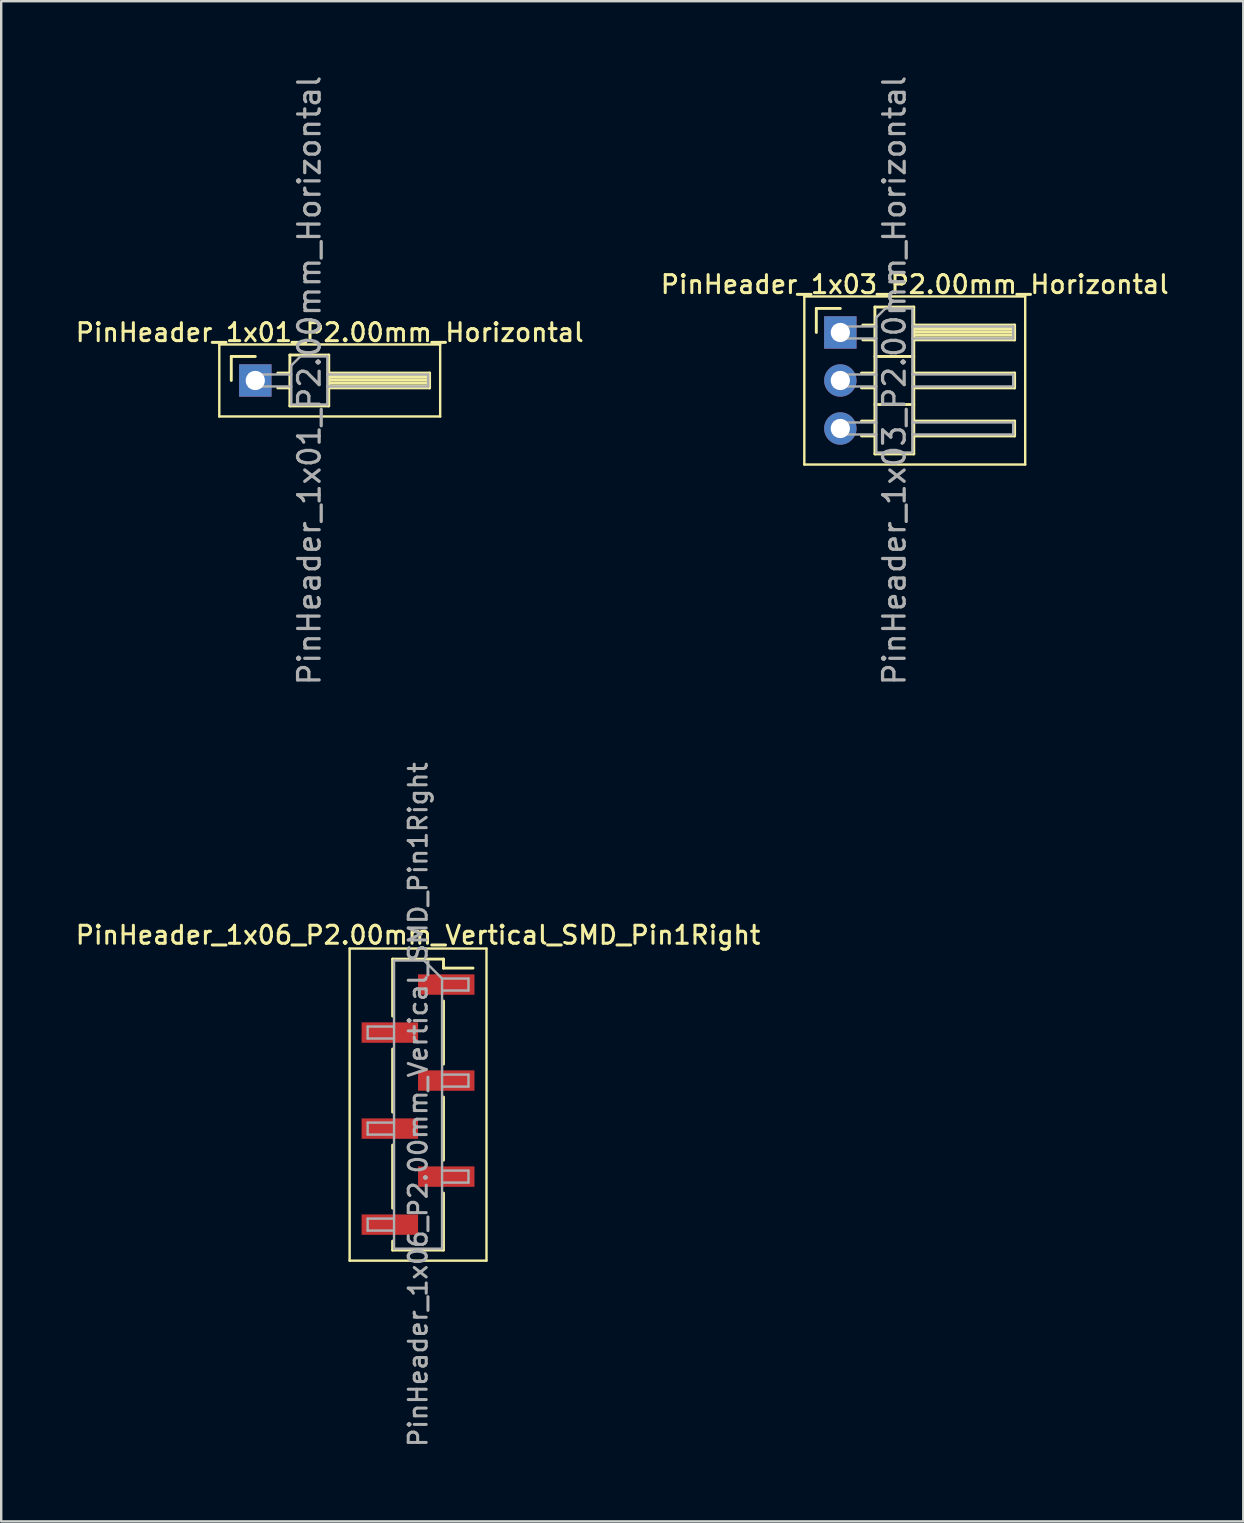
<source format=kicad_pcb>
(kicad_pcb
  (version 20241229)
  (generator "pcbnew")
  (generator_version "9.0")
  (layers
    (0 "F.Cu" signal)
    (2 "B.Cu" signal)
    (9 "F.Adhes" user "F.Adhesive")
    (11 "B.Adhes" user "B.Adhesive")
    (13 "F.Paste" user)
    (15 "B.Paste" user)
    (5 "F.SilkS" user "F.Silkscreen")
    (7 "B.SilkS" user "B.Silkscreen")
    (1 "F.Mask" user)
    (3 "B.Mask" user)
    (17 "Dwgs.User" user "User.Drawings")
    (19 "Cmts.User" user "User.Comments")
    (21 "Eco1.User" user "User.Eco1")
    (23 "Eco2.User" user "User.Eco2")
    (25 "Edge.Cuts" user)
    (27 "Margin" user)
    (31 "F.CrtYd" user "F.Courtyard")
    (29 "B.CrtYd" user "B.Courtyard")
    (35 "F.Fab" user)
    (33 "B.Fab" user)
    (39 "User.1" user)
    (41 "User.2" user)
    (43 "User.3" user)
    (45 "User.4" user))
  (footprint "PinHeader_1x01_P2.00mm_Horizontal"
    (layer "F.Cu")
    (at 7.584 12.798)
    (property "Reference" "PinHeader_1x01_P2.00mm_Horizontal" (at 3.1 -2 0) (layer "F.SilkS") (effects (font (size 0.75 0.75) (thickness 0.125))))
    (attr through_hole)
    (fp_line (start -1.5 -1.5) (end -1.5 1.5) (stroke (width 0.1) (type solid)) (layer "F.SilkS"))
    (fp_line (start -1.5 1.5) (end 7.7 1.5) (stroke (width 0.1) (type solid)) (layer "F.SilkS"))
    (fp_line (start -1 -1) (end 0 -1) (stroke (width 0.12) (type solid)) (layer "F.SilkS"))
    (fp_line (start -1 0) (end -1 -1) (stroke (width 0.12) (type solid)) (layer "F.SilkS"))
    (fp_line (start 0.935 -0.31) (end 1.44 -0.31) (stroke (width 0.12) (type solid)) (layer "F.SilkS"))
    (fp_line (start 0.935 0.31) (end 1.44 0.31) (stroke (width 0.12) (type solid)) (layer "F.SilkS"))
    (fp_line (start 1.44 -1.06) (end 1.44 1.06) (stroke (width 0.12) (type solid)) (layer "F.SilkS"))
    (fp_line (start 1.44 1.06) (end 3.06 1.06) (stroke (width 0.12) (type solid)) (layer "F.SilkS"))
    (fp_line (start 3.06 -1.06) (end 1.44 -1.06) (stroke (width 0.12) (type solid)) (layer "F.SilkS"))
    (fp_line (start 3.06 -0.31) (end 7.26 -0.31) (stroke (width 0.12) (type solid)) (layer "F.SilkS"))
    (fp_line (start 3.06 -0.25) (end 7.26 -0.25) (stroke (width 0.12) (type solid)) (layer "F.SilkS"))
    (fp_line (start 3.06 -0.13) (end 7.26 -0.13) (stroke (width 0.12) (type solid)) (layer "F.SilkS"))
    (fp_line (start 3.06 -0.01) (end 7.26 -0.01) (stroke (width 0.12) (type solid)) (layer "F.SilkS"))
    (fp_line (start 3.06 0.11) (end 7.26 0.11) (stroke (width 0.12) (type solid)) (layer "F.SilkS"))
    (fp_line (start 3.06 0.23) (end 7.26 0.23) (stroke (width 0.12) (type solid)) (layer "F.SilkS"))
    (fp_line (start 3.06 1.06) (end 3.06 -1.06) (stroke (width 0.12) (type solid)) (layer "F.SilkS"))
    (fp_line (start 7.26 -0.31) (end 7.26 0.31) (stroke (width 0.12) (type solid)) (layer "F.SilkS"))
    (fp_line (start 7.26 0.31) (end 3.06 0.31) (stroke (width 0.12) (type solid)) (layer "F.SilkS"))
    (fp_line (start 7.7 -1.5) (end -1.5 -1.5) (stroke (width 0.1) (type solid)) (layer "F.SilkS"))
    (fp_line (start 7.7 1.5) (end 7.7 -1.5) (stroke (width 0.1) (type solid)) (layer "F.SilkS"))
    (fp_line (start -0.25 -0.25) (end -0.25 0.25) (stroke (width 0.1) (type solid)) (layer "F.Fab"))
    (fp_line (start -0.25 -0.25) (end 1.5 -0.25) (stroke (width 0.1) (type solid)) (layer "F.Fab"))
    (fp_line (start -0.25 0.25) (end 1.5 0.25) (stroke (width 0.1) (type solid)) (layer "F.Fab"))
    (fp_line (start 1.5 -0.625) (end 1.875 -1) (stroke (width 0.1) (type solid)) (layer "F.Fab"))
    (fp_line (start 1.5 1) (end 1.5 -0.625) (stroke (width 0.1) (type solid)) (layer "F.Fab"))
    (fp_line (start 1.875 -1) (end 3 -1) (stroke (width 0.1) (type solid)) (layer "F.Fab"))
    (fp_line (start 3 -1) (end 3 1) (stroke (width 0.1) (type solid)) (layer "F.Fab"))
    (fp_line (start 3 -0.25) (end 7.2 -0.25) (stroke (width 0.1) (type solid)) (layer "F.Fab"))
    (fp_line (start 3 0.25) (end 7.2 0.25) (stroke (width 0.1) (type solid)) (layer "F.Fab"))
    (fp_line (start 3 1) (end 1.5 1) (stroke (width 0.1) (type solid)) (layer "F.Fab"))
    (fp_line (start 7.2 -0.25) (end 7.2 0.25) (stroke (width 0.1) (type solid)) (layer "F.Fab"))
    (fp_text user "${REFERENCE}" (at 2.25 0 90) (layer "F.Fab") (effects (font (size 0.9 0.9) (thickness 0.135))))
    (pad "1" thru_hole rect (at 0 0) (size 1.35 1.35) (drill 0.8) (layers "*.Cu" "*.Mask")))
  (footprint "PinHeader_1x06_P2.00mm_Vertical_SMD_Pin1Right"
    (layer "F.Cu")
    (at 14.363 42.959)
    (property "Reference" "PinHeader_1x06_P2.00mm_Vertical_SMD_Pin1Right" (at 0 -7.06 0) (layer "F.SilkS") (effects (font (size 0.75 0.75) (thickness 0.125))))
    (attr smd)
    (fp_line (start -2.85 -6.5) (end -2.85 6.5) (stroke (width 0.1) (type solid)) (layer "F.SilkS"))
    (fp_line (start -2.85 6.5) (end 2.85 6.5) (stroke (width 0.1) (type solid)) (layer "F.SilkS"))
    (fp_line (start -1.06 -6.06) (end -1.06 -3.685) (stroke (width 0.12) (type solid)) (layer "F.SilkS"))
    (fp_line (start -1.06 -6.06) (end 1.06 -6.06) (stroke (width 0.12) (type solid)) (layer "F.SilkS"))
    (fp_line (start -1.06 -2.315) (end -1.06 0.315) (stroke (width 0.12) (type solid)) (layer "F.SilkS"))
    (fp_line (start -1.06 1.685) (end -1.06 4.315) (stroke (width 0.12) (type solid)) (layer "F.SilkS"))
    (fp_line (start -1.06 5.685) (end -1.06 6.06) (stroke (width 0.12) (type solid)) (layer "F.SilkS"))
    (fp_line (start -1.06 6.06) (end 1.06 6.06) (stroke (width 0.12) (type solid)) (layer "F.SilkS"))
    (fp_line (start 1.06 -6.06) (end 1.06 -5.685) (stroke (width 0.12) (type solid)) (layer "F.SilkS"))
    (fp_line (start 1.06 -5.685) (end 2.29 -5.685) (stroke (width 0.12) (type solid)) (layer "F.SilkS"))
    (fp_line (start 1.06 -4.315) (end 1.06 -1.685) (stroke (width 0.12) (type solid)) (layer "F.SilkS"))
    (fp_line (start 1.06 -0.315) (end 1.06 2.315) (stroke (width 0.12) (type solid)) (layer "F.SilkS"))
    (fp_line (start 1.06 3.685) (end 1.06 6.06) (stroke (width 0.12) (type solid)) (layer "F.SilkS"))
    (fp_line (start 2.85 -6.5) (end -2.85 -6.5) (stroke (width 0.1) (type solid)) (layer "F.SilkS"))
    (fp_line (start 2.85 6.5) (end 2.85 -6.5) (stroke (width 0.1) (type solid)) (layer "F.SilkS"))
    (fp_line (start -2.1 -3.25) (end -2.1 -2.75) (stroke (width 0.1) (type solid)) (layer "F.Fab"))
    (fp_line (start -2.1 -2.75) (end -1 -2.75) (stroke (width 0.1) (type solid)) (layer "F.Fab"))
    (fp_line (start -2.1 0.75) (end -2.1 1.25) (stroke (width 0.1) (type solid)) (layer "F.Fab"))
    (fp_line (start -2.1 1.25) (end -1 1.25) (stroke (width 0.1) (type solid)) (layer "F.Fab"))
    (fp_line (start -2.1 4.75) (end -2.1 5.25) (stroke (width 0.1) (type solid)) (layer "F.Fab"))
    (fp_line (start -2.1 5.25) (end -1 5.25) (stroke (width 0.1) (type solid)) (layer "F.Fab"))
    (fp_line (start -1 -6) (end -1 6) (stroke (width 0.1) (type solid)) (layer "F.Fab"))
    (fp_line (start -1 -6) (end 0.25 -6) (stroke (width 0.1) (type solid)) (layer "F.Fab"))
    (fp_line (start -1 -3.25) (end -2.1 -3.25) (stroke (width 0.1) (type solid)) (layer "F.Fab"))
    (fp_line (start -1 0.75) (end -2.1 0.75) (stroke (width 0.1) (type solid)) (layer "F.Fab"))
    (fp_line (start -1 4.75) (end -2.1 4.75) (stroke (width 0.1) (type solid)) (layer "F.Fab"))
    (fp_line (start 1 -5.25) (end 0.25 -6) (stroke (width 0.1) (type solid)) (layer "F.Fab"))
    (fp_line (start 1 -5.25) (end 2.1 -5.25) (stroke (width 0.1) (type solid)) (layer "F.Fab"))
    (fp_line (start 1 -1.25) (end 2.1 -1.25) (stroke (width 0.1) (type solid)) (layer "F.Fab"))
    (fp_line (start 1 2.75) (end 2.1 2.75) (stroke (width 0.1) (type solid)) (layer "F.Fab"))
    (fp_line (start 1 6) (end -1 6) (stroke (width 0.1) (type solid)) (layer "F.Fab"))
    (fp_line (start 1 6) (end 1 -5.25) (stroke (width 0.1) (type solid)) (layer "F.Fab"))
    (fp_line (start 2.1 -5.25) (end 2.1 -4.75) (stroke (width 0.1) (type solid)) (layer "F.Fab"))
    (fp_line (start 2.1 -4.75) (end 1 -4.75) (stroke (width 0.1) (type solid)) (layer "F.Fab"))
    (fp_line (start 2.1 -1.25) (end 2.1 -0.75) (stroke (width 0.1) (type solid)) (layer "F.Fab"))
    (fp_line (start 2.1 -0.75) (end 1 -0.75) (stroke (width 0.1) (type solid)) (layer "F.Fab"))
    (fp_line (start 2.1 2.75) (end 2.1 3.25) (stroke (width 0.1) (type solid)) (layer "F.Fab"))
    (fp_line (start 2.1 3.25) (end 1 3.25) (stroke (width 0.1) (type solid)) (layer "F.Fab"))
    (fp_text user "${REFERENCE}" (at 0 0 90) (layer "F.Fab") (effects (font (size 0.75 0.75) (thickness 0.125))))
    (pad "1" smd rect (at 1.175 -5) (size 2.35 0.85) (layers "F.Cu" "F.Mask" "F.Paste"))
    (pad "2" smd rect (at -1.175 -3) (size 2.35 0.85) (layers "F.Cu" "F.Mask" "F.Paste"))
    (pad "3" smd rect (at 1.175 -1) (size 2.35 0.85) (layers "F.Cu" "F.Mask" "F.Paste"))
    (pad "4" smd rect (at -1.175 1) (size 2.35 0.85) (layers "F.Cu" "F.Mask" "F.Paste"))
    (pad "5" smd rect (at 1.175 3) (size 2.35 0.85) (layers "F.Cu" "F.Mask" "F.Paste"))
    (pad "6" smd rect (at -1.175 5) (size 2.35 0.85) (layers "F.Cu" "F.Mask" "F.Paste")))
  (footprint "PinHeader_1x03_P2.00mm_Horizontal"
    (layer "F.Cu")
    (at 31.952 10.798)
    (property "Reference" "PinHeader_1x03_P2.00mm_Horizontal" (at 3.1 -2 0) (layer "F.SilkS") (effects (font (size 0.75 0.75) (thickness 0.125))))
    (attr through_hole)
    (fp_line (start -1.5 -1.5) (end -1.5 5.5) (stroke (width 0.1) (type solid)) (layer "F.SilkS"))
    (fp_line (start -1.5 5.5) (end 7.7 5.5) (stroke (width 0.1) (type solid)) (layer "F.SilkS"))
    (fp_line (start -1 -1) (end 0 -1) (stroke (width 0.12) (type solid)) (layer "F.SilkS"))
    (fp_line (start -1 0) (end -1 -1) (stroke (width 0.12) (type solid)) (layer "F.SilkS"))
    (fp_line (start 0.882 1.69) (end 1.44 1.69) (stroke (width 0.12) (type solid)) (layer "F.SilkS"))
    (fp_line (start 0.882 2.31) (end 1.44 2.31) (stroke (width 0.12) (type solid)) (layer "F.SilkS"))
    (fp_line (start 0.882 3.69) (end 1.44 3.69) (stroke (width 0.12) (type solid)) (layer "F.SilkS"))
    (fp_line (start 0.882 4.31) (end 1.44 4.31) (stroke (width 0.12) (type solid)) (layer "F.SilkS"))
    (fp_line (start 0.935 -0.31) (end 1.44 -0.31) (stroke (width 0.12) (type solid)) (layer "F.SilkS"))
    (fp_line (start 0.935 0.31) (end 1.44 0.31) (stroke (width 0.12) (type solid)) (layer "F.SilkS"))
    (fp_line (start 1.44 -1.06) (end 1.44 5.06) (stroke (width 0.12) (type solid)) (layer "F.SilkS"))
    (fp_line (start 1.44 1) (end 3.06 1) (stroke (width 0.12) (type solid)) (layer "F.SilkS"))
    (fp_line (start 1.44 3) (end 3.06 3) (stroke (width 0.12) (type solid)) (layer "F.SilkS"))
    (fp_line (start 1.44 5.06) (end 3.06 5.06) (stroke (width 0.12) (type solid)) (layer "F.SilkS"))
    (fp_line (start 3.06 -1.06) (end 1.44 -1.06) (stroke (width 0.12) (type solid)) (layer "F.SilkS"))
    (fp_line (start 3.06 -0.31) (end 7.26 -0.31) (stroke (width 0.12) (type solid)) (layer "F.SilkS"))
    (fp_line (start 3.06 -0.25) (end 7.26 -0.25) (stroke (width 0.12) (type solid)) (layer "F.SilkS"))
    (fp_line (start 3.06 -0.13) (end 7.26 -0.13) (stroke (width 0.12) (type solid)) (layer "F.SilkS"))
    (fp_line (start 3.06 -0.01) (end 7.26 -0.01) (stroke (width 0.12) (type solid)) (layer "F.SilkS"))
    (fp_line (start 3.06 0.11) (end 7.26 0.11) (stroke (width 0.12) (type solid)) (layer "F.SilkS"))
    (fp_line (start 3.06 0.23) (end 7.26 0.23) (stroke (width 0.12) (type solid)) (layer "F.SilkS"))
    (fp_line (start 3.06 1.69) (end 7.26 1.69) (stroke (width 0.12) (type solid)) (layer "F.SilkS"))
    (fp_line (start 3.06 3.69) (end 7.26 3.69) (stroke (width 0.12) (type solid)) (layer "F.SilkS"))
    (fp_line (start 3.06 5.06) (end 3.06 -1.06) (stroke (width 0.12) (type solid)) (layer "F.SilkS"))
    (fp_line (start 7.26 -0.31) (end 7.26 0.31) (stroke (width 0.12) (type solid)) (layer "F.SilkS"))
    (fp_line (start 7.26 0.31) (end 3.06 0.31) (stroke (width 0.12) (type solid)) (layer "F.SilkS"))
    (fp_line (start 7.26 1.69) (end 7.26 2.31) (stroke (width 0.12) (type solid)) (layer "F.SilkS"))
    (fp_line (start 7.26 2.31) (end 3.06 2.31) (stroke (width 0.12) (type solid)) (layer "F.SilkS"))
    (fp_line (start 7.26 3.69) (end 7.26 4.31) (stroke (width 0.12) (type solid)) (layer "F.SilkS"))
    (fp_line (start 7.26 4.31) (end 3.06 4.31) (stroke (width 0.12) (type solid)) (layer "F.SilkS"))
    (fp_line (start 7.7 -1.5) (end -1.5 -1.5) (stroke (width 0.1) (type solid)) (layer "F.SilkS"))
    (fp_line (start 7.7 5.5) (end 7.7 -1.5) (stroke (width 0.1) (type solid)) (layer "F.SilkS"))
    (fp_line (start -0.25 -0.25) (end -0.25 0.25) (stroke (width 0.1) (type solid)) (layer "F.Fab"))
    (fp_line (start -0.25 -0.25) (end 1.5 -0.25) (stroke (width 0.1) (type solid)) (layer "F.Fab"))
    (fp_line (start -0.25 0.25) (end 1.5 0.25) (stroke (width 0.1) (type solid)) (layer "F.Fab"))
    (fp_line (start -0.25 1.75) (end -0.25 2.25) (stroke (width 0.1) (type solid)) (layer "F.Fab"))
    (fp_line (start -0.25 1.75) (end 1.5 1.75) (stroke (width 0.1) (type solid)) (layer "F.Fab"))
    (fp_line (start -0.25 2.25) (end 1.5 2.25) (stroke (width 0.1) (type solid)) (layer "F.Fab"))
    (fp_line (start -0.25 3.75) (end -0.25 4.25) (stroke (width 0.1) (type solid)) (layer "F.Fab"))
    (fp_line (start -0.25 3.75) (end 1.5 3.75) (stroke (width 0.1) (type solid)) (layer "F.Fab"))
    (fp_line (start -0.25 4.25) (end 1.5 4.25) (stroke (width 0.1) (type solid)) (layer "F.Fab"))
    (fp_line (start 1.5 -0.625) (end 1.875 -1) (stroke (width 0.1) (type solid)) (layer "F.Fab"))
    (fp_line (start 1.5 5) (end 1.5 -0.625) (stroke (width 0.1) (type solid)) (layer "F.Fab"))
    (fp_line (start 1.875 -1) (end 3 -1) (stroke (width 0.1) (type solid)) (layer "F.Fab"))
    (fp_line (start 3 -1) (end 3 5) (stroke (width 0.1) (type solid)) (layer "F.Fab"))
    (fp_line (start 3 -0.25) (end 7.2 -0.25) (stroke (width 0.1) (type solid)) (layer "F.Fab"))
    (fp_line (start 3 0.25) (end 7.2 0.25) (stroke (width 0.1) (type solid)) (layer "F.Fab"))
    (fp_line (start 3 1.75) (end 7.2 1.75) (stroke (width 0.1) (type solid)) (layer "F.Fab"))
    (fp_line (start 3 2.25) (end 7.2 2.25) (stroke (width 0.1) (type solid)) (layer "F.Fab"))
    (fp_line (start 3 3.75) (end 7.2 3.75) (stroke (width 0.1) (type solid)) (layer "F.Fab"))
    (fp_line (start 3 4.25) (end 7.2 4.25) (stroke (width 0.1) (type solid)) (layer "F.Fab"))
    (fp_line (start 3 5) (end 1.5 5) (stroke (width 0.1) (type solid)) (layer "F.Fab"))
    (fp_line (start 7.2 -0.25) (end 7.2 0.25) (stroke (width 0.1) (type solid)) (layer "F.Fab"))
    (fp_line (start 7.2 1.75) (end 7.2 2.25) (stroke (width 0.1) (type solid)) (layer "F.Fab"))
    (fp_line (start 7.2 3.75) (end 7.2 4.25) (stroke (width 0.1) (type solid)) (layer "F.Fab"))
    (fp_text user "${REFERENCE}" (at 2.25 2 90) (layer "F.Fab") (effects (font (size 0.9 0.9) (thickness 0.135))))
    (pad "1" thru_hole rect (at 0 0) (size 1.35 1.35) (drill 0.8) (layers "*.Cu" "*.Mask"))
    (pad "2" thru_hole oval (at 0 2) (size 1.35 1.35) (drill 0.8) (layers "*.Cu" "*.Mask"))
    (pad "3" thru_hole oval (at 0 4) (size 1.35 1.35) (drill 0.8) (layers "*.Cu" "*.Mask")))
  (gr_rect
    (start -3 -3)
    (end 48.736 60.321)
    (stroke (width 0.1) (type default))
    (fill no)
    (layer "Edge.Cuts")))
</source>
